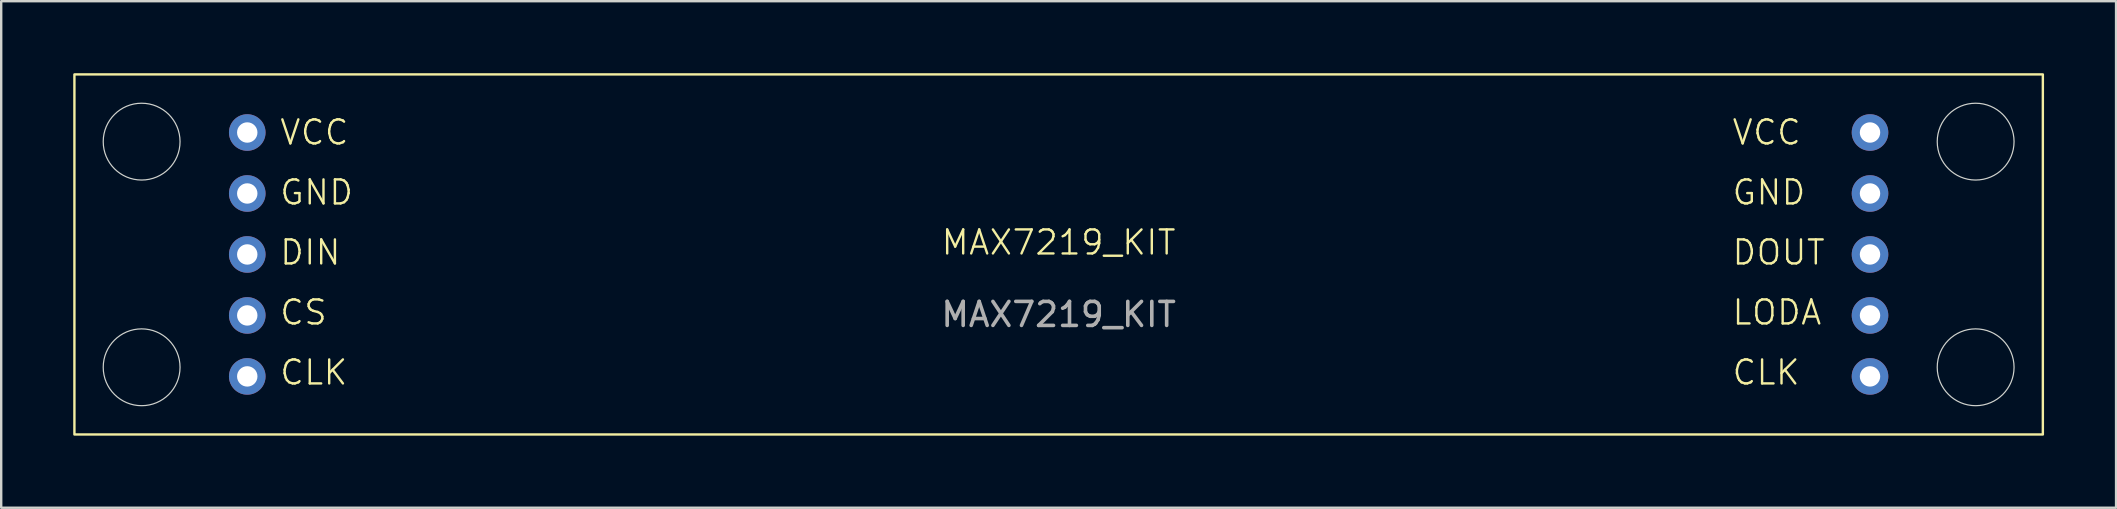
<source format=kicad_pcb>
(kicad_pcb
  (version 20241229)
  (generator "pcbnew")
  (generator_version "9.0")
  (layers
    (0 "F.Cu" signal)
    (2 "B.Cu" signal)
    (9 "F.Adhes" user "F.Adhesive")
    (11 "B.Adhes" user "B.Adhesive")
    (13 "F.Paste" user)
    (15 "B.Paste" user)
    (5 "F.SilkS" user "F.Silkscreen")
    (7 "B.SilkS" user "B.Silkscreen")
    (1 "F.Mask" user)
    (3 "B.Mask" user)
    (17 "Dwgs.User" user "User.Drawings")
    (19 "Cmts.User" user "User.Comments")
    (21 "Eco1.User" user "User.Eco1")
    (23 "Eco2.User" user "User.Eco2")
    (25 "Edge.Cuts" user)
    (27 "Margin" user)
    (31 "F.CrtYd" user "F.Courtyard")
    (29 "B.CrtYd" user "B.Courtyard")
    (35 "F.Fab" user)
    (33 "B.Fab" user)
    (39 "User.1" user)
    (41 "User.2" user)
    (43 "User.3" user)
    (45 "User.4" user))
  (footprint "MAX7219_KIT"
    (layer "F.Cu")
    (at 41.05 7.55)
    (property "Reference" "MAX7219_KIT" (at 0 -0.5 0) (unlocked yes) (layer "F.SilkS") (effects (font (size 1 1) (thickness 0.1))))
    (attr through_hole)
    (fp_rect (start -41 -7.5) (end 41 7.5) (stroke (width 0.1) (type default)) (fill no) (layer "F.SilkS"))
    (fp_circle (center -38.2 -4.7) (end -38.2 -3.1) (stroke (width 0.05) (type default)) (fill no) (layer "Edge.Cuts"))
    (fp_circle (center -38.2 4.7) (end -38.2 6.3) (stroke (width 0.05) (type default)) (fill no) (layer "Edge.Cuts"))
    (fp_circle (center 38.2 -4.7) (end 38.2 -6.3) (stroke (width 0.05) (type default)) (fill no) (layer "Edge.Cuts"))
    (fp_circle (center 38.2 4.7) (end 38.2 3.1) (stroke (width 0.05) (type default)) (fill no) (layer "Edge.Cuts"))
    (fp_text user "VCC" (at -32.5 -4.5 0) (unlocked yes) (layer "F.SilkS") (effects (font (size 1 1) (thickness 0.1)) (justify left bottom)))
    (fp_text user "GND" (at 28 -2 0) (unlocked yes) (layer "F.SilkS") (effects (font (size 1 1) (thickness 0.1)) (justify left bottom)))
    (fp_text user "CS" (at -32.5 3 0) (unlocked yes) (layer "F.SilkS") (effects (font (size 1 1) (thickness 0.1)) (justify left bottom)))
    (fp_text user "DOUT" (at 28 0.5 0) (unlocked yes) (layer "F.SilkS") (effects (font (size 1 1) (thickness 0.1)) (justify left bottom)))
    (fp_text user "GND" (at -32.5 -2 0) (unlocked yes) (layer "F.SilkS") (effects (font (size 1 1) (thickness 0.1)) (justify left bottom)))
    (fp_text user "CLK" (at -32.5 5.5 0) (unlocked yes) (layer "F.SilkS") (effects (font (size 1 1) (thickness 0.1)) (justify left bottom)))
    (fp_text user "DIN" (at -32.5 0.5 0) (unlocked yes) (layer "F.SilkS") (effects (font (size 1 1) (thickness 0.1)) (justify left bottom)))
    (fp_text user "VCC" (at 28 -4.5 0) (unlocked yes) (layer "F.SilkS") (effects (font (size 1 1) (thickness 0.1)) (justify left bottom)))
    (fp_text user "LODA" (at 28 3 0) (unlocked yes) (layer "F.SilkS") (effects (font (size 1 1) (thickness 0.1)) (justify left bottom)))
    (fp_text user "CLK" (at 28 5.5 0) (unlocked yes) (layer "F.SilkS") (effects (font (size 1 1) (thickness 0.1)) (justify left bottom)))
    (fp_text user "${REFERENCE}" (at 0 2.5 0) (unlocked yes) (layer "F.Fab") (effects (font (size 1 1) (thickness 0.15))))
    (pad "1" thru_hole circle (at -33.8 -5.08) (size 1.524 1.524) (drill 0.85) (layers "*.Cu" "*.Mask"))
    (pad "2" thru_hole circle (at -33.8 -2.54) (size 1.524 1.524) (drill 0.85) (layers "*.Cu" "*.Mask"))
    (pad "3" thru_hole circle (at -33.8 0) (size 1.524 1.524) (drill 0.85) (layers "*.Cu" "*.Mask"))
    (pad "4" thru_hole circle (at -33.8 2.54) (size 1.524 1.524) (drill 0.85) (layers "*.Cu" "*.Mask"))
    (pad "5" thru_hole circle (at -33.8 5.08) (size 1.524 1.524) (drill 0.85) (layers "*.Cu" "*.Mask"))
    (pad "6" thru_hole circle (at 33.8 5.08 180) (size 1.524 1.524) (drill 0.85) (layers "*.Cu" "*.Mask"))
    (pad "7" thru_hole circle (at 33.8 2.54 180) (size 1.524 1.524) (drill 0.85) (layers "*.Cu" "*.Mask"))
    (pad "8" thru_hole circle (at 33.8 0 180) (size 1.524 1.524) (drill 0.85) (layers "*.Cu" "*.Mask"))
    (pad "9" thru_hole circle (at 33.8 -2.54 180) (size 1.524 1.524) (drill 0.85) (layers "*.Cu" "*.Mask"))
    (pad "10" thru_hole circle (at 33.8 -5.08 180) (size 1.524 1.524) (drill 0.85) (layers "*.Cu" "*.Mask")))
  (gr_rect
    (start -3 -3)
    (end 85.1 18.1)
    (stroke (width 0.1) (type default))
    (fill no)
    (layer "Edge.Cuts")))
</source>
